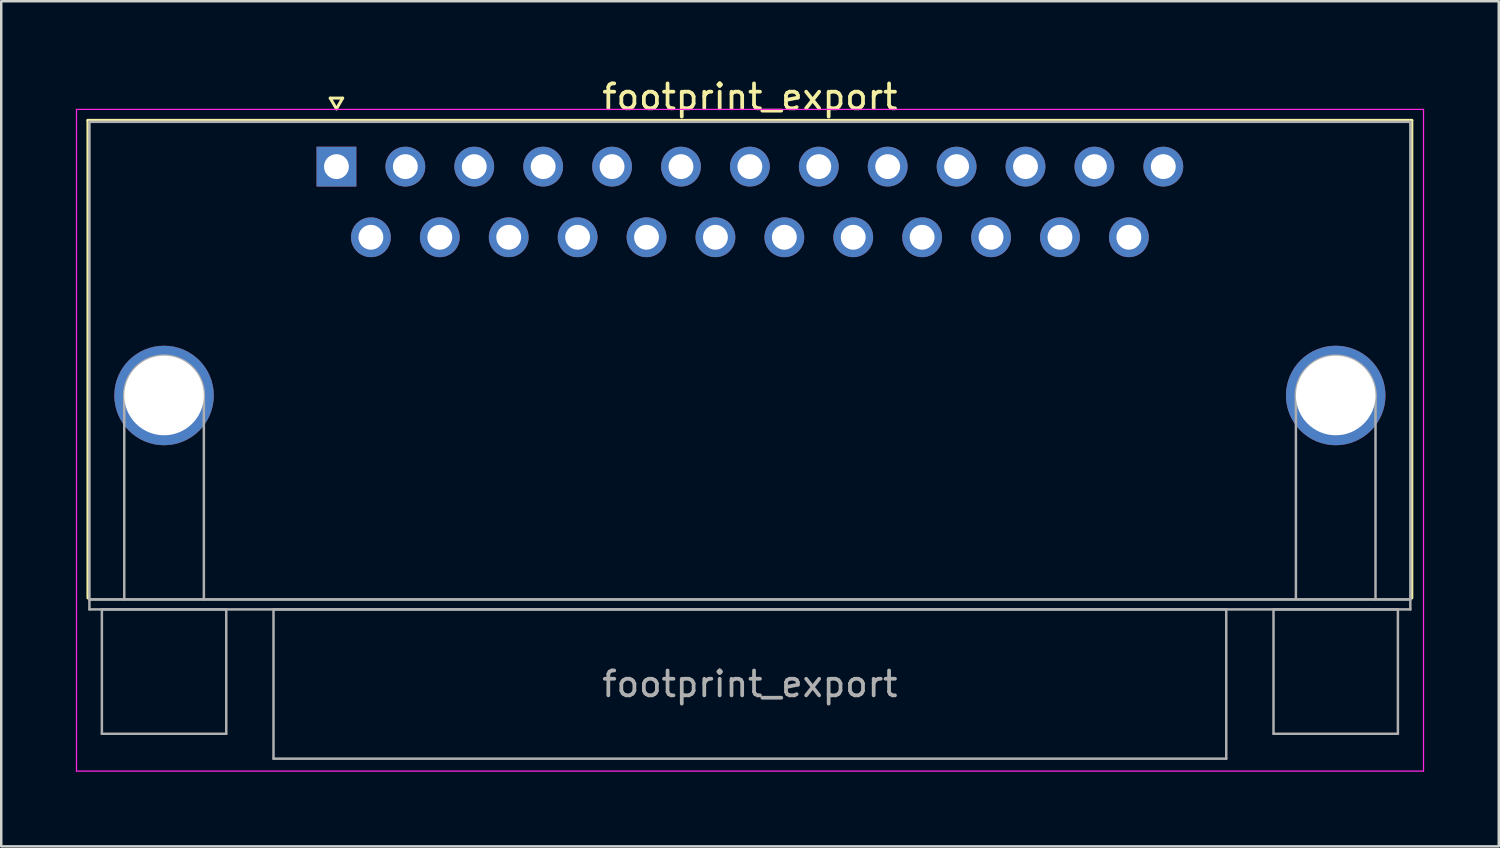
<source format=kicad_pcb>
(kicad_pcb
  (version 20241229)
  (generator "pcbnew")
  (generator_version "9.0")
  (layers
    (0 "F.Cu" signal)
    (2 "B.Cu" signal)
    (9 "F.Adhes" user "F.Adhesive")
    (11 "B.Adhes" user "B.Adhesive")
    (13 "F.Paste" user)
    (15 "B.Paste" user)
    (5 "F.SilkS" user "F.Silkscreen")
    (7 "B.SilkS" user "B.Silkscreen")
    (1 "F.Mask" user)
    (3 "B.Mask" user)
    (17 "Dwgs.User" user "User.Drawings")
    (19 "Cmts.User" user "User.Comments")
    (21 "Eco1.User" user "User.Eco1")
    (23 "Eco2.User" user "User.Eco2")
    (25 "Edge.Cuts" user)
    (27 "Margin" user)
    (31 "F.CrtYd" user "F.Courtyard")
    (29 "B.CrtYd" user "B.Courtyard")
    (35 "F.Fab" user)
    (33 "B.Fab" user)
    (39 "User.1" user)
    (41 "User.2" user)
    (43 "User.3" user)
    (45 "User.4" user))
  (footprint "footprint_export"
    (layer "F.Cu")
    (at 10.475 3.648)
    (property "Reference" "footprint_export" (at 16.62 -2.8 0) (layer "F.SilkS") (effects (font (size 1 1) (thickness 0.15))))
    (attr through_hole)
    (fp_line (start -9.99 -1.86) (end 43.23 -1.86) (stroke (width 0.12) (type solid)) (layer "F.SilkS"))
    (fp_line (start -9.99 17.34) (end -9.99 -1.86) (stroke (width 0.12) (type solid)) (layer "F.SilkS"))
    (fp_line (start -0.25 -2.754) (end 0.25 -2.754) (stroke (width 0.12) (type solid)) (layer "F.SilkS"))
    (fp_line (start 0 -2.321) (end -0.25 -2.754) (stroke (width 0.12) (type solid)) (layer "F.SilkS"))
    (fp_line (start 0.25 -2.754) (end 0 -2.321) (stroke (width 0.12) (type solid)) (layer "F.SilkS"))
    (fp_line (start 43.23 -1.86) (end 43.23 17.34) (stroke (width 0.12) (type solid)) (layer "F.SilkS"))
    (fp_line (start -10.45 -2.3) (end -10.45 24.3) (stroke (width 0.05) (type solid)) (layer "F.CrtYd"))
    (fp_line (start -10.45 24.3) (end 43.7 24.3) (stroke (width 0.05) (type solid)) (layer "F.CrtYd"))
    (fp_line (start 43.7 -2.3) (end -10.45 -2.3) (stroke (width 0.05) (type solid)) (layer "F.CrtYd"))
    (fp_line (start 43.7 24.3) (end 43.7 -2.3) (stroke (width 0.05) (type solid)) (layer "F.CrtYd"))
    (fp_line (start -9.93 -1.8) (end -9.93 17.4) (stroke (width 0.1) (type solid)) (layer "F.Fab"))
    (fp_line (start -9.93 17.4) (end -9.93 17.8) (stroke (width 0.1) (type solid)) (layer "F.Fab"))
    (fp_line (start -9.93 17.4) (end 43.17 17.4) (stroke (width 0.1) (type solid)) (layer "F.Fab"))
    (fp_line (start -9.93 17.8) (end 43.17 17.8) (stroke (width 0.1) (type solid)) (layer "F.Fab"))
    (fp_line (start -9.43 17.8) (end -9.43 22.8) (stroke (width 0.1) (type solid)) (layer "F.Fab"))
    (fp_line (start -9.43 22.8) (end -4.43 22.8) (stroke (width 0.1) (type solid)) (layer "F.Fab"))
    (fp_line (start -8.53 17.4) (end -8.53 9.2) (stroke (width 0.1) (type solid)) (layer "F.Fab"))
    (fp_line (start -5.33 17.4) (end -5.33 9.2) (stroke (width 0.1) (type solid)) (layer "F.Fab"))
    (fp_line (start -4.43 17.8) (end -9.43 17.8) (stroke (width 0.1) (type solid)) (layer "F.Fab"))
    (fp_line (start -4.43 22.8) (end -4.43 17.8) (stroke (width 0.1) (type solid)) (layer "F.Fab"))
    (fp_line (start -2.53 17.8) (end -2.53 23.8) (stroke (width 0.1) (type solid)) (layer "F.Fab"))
    (fp_line (start -2.53 23.8) (end 35.77 23.8) (stroke (width 0.1) (type solid)) (layer "F.Fab"))
    (fp_line (start 35.77 17.8) (end -2.53 17.8) (stroke (width 0.1) (type solid)) (layer "F.Fab"))
    (fp_line (start 35.77 23.8) (end 35.77 17.8) (stroke (width 0.1) (type solid)) (layer "F.Fab"))
    (fp_line (start 37.67 17.8) (end 37.67 22.8) (stroke (width 0.1) (type solid)) (layer "F.Fab"))
    (fp_line (start 37.67 22.8) (end 42.67 22.8) (stroke (width 0.1) (type solid)) (layer "F.Fab"))
    (fp_line (start 38.57 17.4) (end 38.57 9.2) (stroke (width 0.1) (type solid)) (layer "F.Fab"))
    (fp_line (start 41.77 17.4) (end 41.77 9.2) (stroke (width 0.1) (type solid)) (layer "F.Fab"))
    (fp_line (start 42.67 17.8) (end 37.67 17.8) (stroke (width 0.1) (type solid)) (layer "F.Fab"))
    (fp_line (start 42.67 22.8) (end 42.67 17.8) (stroke (width 0.1) (type solid)) (layer "F.Fab"))
    (fp_line (start 43.17 -1.8) (end -9.93 -1.8) (stroke (width 0.1) (type solid)) (layer "F.Fab"))
    (fp_line (start 43.17 17.4) (end -9.93 17.4) (stroke (width 0.1) (type solid)) (layer "F.Fab"))
    (fp_line (start 43.17 17.4) (end 43.17 -1.8) (stroke (width 0.1) (type solid)) (layer "F.Fab"))
    (fp_line (start 43.17 17.8) (end 43.17 17.4) (stroke (width 0.1) (type solid)) (layer "F.Fab"))
    (fp_arc (start -8.53 9.2) (mid -6.93 7.6) (end -5.33 9.2) (stroke (width 0.1) (type solid)) (layer "F.Fab"))
    (fp_arc (start 38.57 9.2) (mid 40.17 7.6) (end 41.77 9.2) (stroke (width 0.1) (type solid)) (layer "F.Fab"))
    (fp_text user "${REFERENCE}" (at 16.62 20.8 0) (layer "F.Fab") (effects (font (size 1 1) (thickness 0.15))))
    (pad "0" thru_hole circle (at -6.93 9.2) (size 4 4) (drill 3.2) (layers "*.Cu" "*.Mask"))
    (pad "0" thru_hole circle (at 40.17 9.2) (size 4 4) (drill 3.2) (layers "*.Cu" "*.Mask"))
    (pad "1" thru_hole rect (at 0 0) (size 1.6 1.6) (drill 1) (layers "*.Cu" "*.Mask"))
    (pad "2" thru_hole circle (at 2.77 0) (size 1.6 1.6) (drill 1) (layers "*.Cu" "*.Mask"))
    (pad "3" thru_hole circle (at 5.54 0) (size 1.6 1.6) (drill 1) (layers "*.Cu" "*.Mask"))
    (pad "4" thru_hole circle (at 8.31 0) (size 1.6 1.6) (drill 1) (layers "*.Cu" "*.Mask"))
    (pad "5" thru_hole circle (at 11.08 0) (size 1.6 1.6) (drill 1) (layers "*.Cu" "*.Mask"))
    (pad "6" thru_hole circle (at 13.85 0) (size 1.6 1.6) (drill 1) (layers "*.Cu" "*.Mask"))
    (pad "7" thru_hole circle (at 16.62 0) (size 1.6 1.6) (drill 1) (layers "*.Cu" "*.Mask"))
    (pad "8" thru_hole circle (at 19.39 0) (size 1.6 1.6) (drill 1) (layers "*.Cu" "*.Mask"))
    (pad "9" thru_hole circle (at 22.16 0) (size 1.6 1.6) (drill 1) (layers "*.Cu" "*.Mask"))
    (pad "10" thru_hole circle (at 24.93 0) (size 1.6 1.6) (drill 1) (layers "*.Cu" "*.Mask"))
    (pad "11" thru_hole circle (at 27.7 0) (size 1.6 1.6) (drill 1) (layers "*.Cu" "*.Mask"))
    (pad "12" thru_hole circle (at 30.47 0) (size 1.6 1.6) (drill 1) (layers "*.Cu" "*.Mask"))
    (pad "13" thru_hole circle (at 33.24 0) (size 1.6 1.6) (drill 1) (layers "*.Cu" "*.Mask"))
    (pad "14" thru_hole circle (at 1.385 2.84) (size 1.6 1.6) (drill 1) (layers "*.Cu" "*.Mask"))
    (pad "15" thru_hole circle (at 4.155 2.84) (size 1.6 1.6) (drill 1) (layers "*.Cu" "*.Mask"))
    (pad "16" thru_hole circle (at 6.925 2.84) (size 1.6 1.6) (drill 1) (layers "*.Cu" "*.Mask"))
    (pad "17" thru_hole circle (at 9.695 2.84) (size 1.6 1.6) (drill 1) (layers "*.Cu" "*.Mask"))
    (pad "18" thru_hole circle (at 12.465 2.84) (size 1.6 1.6) (drill 1) (layers "*.Cu" "*.Mask"))
    (pad "19" thru_hole circle (at 15.235 2.84) (size 1.6 1.6) (drill 1) (layers "*.Cu" "*.Mask"))
    (pad "20" thru_hole circle (at 18.005 2.84) (size 1.6 1.6) (drill 1) (layers "*.Cu" "*.Mask"))
    (pad "21" thru_hole circle (at 20.775 2.84) (size 1.6 1.6) (drill 1) (layers "*.Cu" "*.Mask"))
    (pad "22" thru_hole circle (at 23.545 2.84) (size 1.6 1.6) (drill 1) (layers "*.Cu" "*.Mask"))
    (pad "23" thru_hole circle (at 26.315 2.84) (size 1.6 1.6) (drill 1) (layers "*.Cu" "*.Mask"))
    (pad "24" thru_hole circle (at 29.085 2.84) (size 1.6 1.6) (drill 1) (layers "*.Cu" "*.Mask"))
    (pad "25" thru_hole circle (at 31.855 2.84) (size 1.6 1.6) (drill 1) (layers "*.Cu" "*.Mask")))
  (gr_rect
    (start -3 -3)
    (end 57.2 30.973)
    (stroke (width 0.1) (type default))
    (fill no)
    (layer "Edge.Cuts")))
</source>
